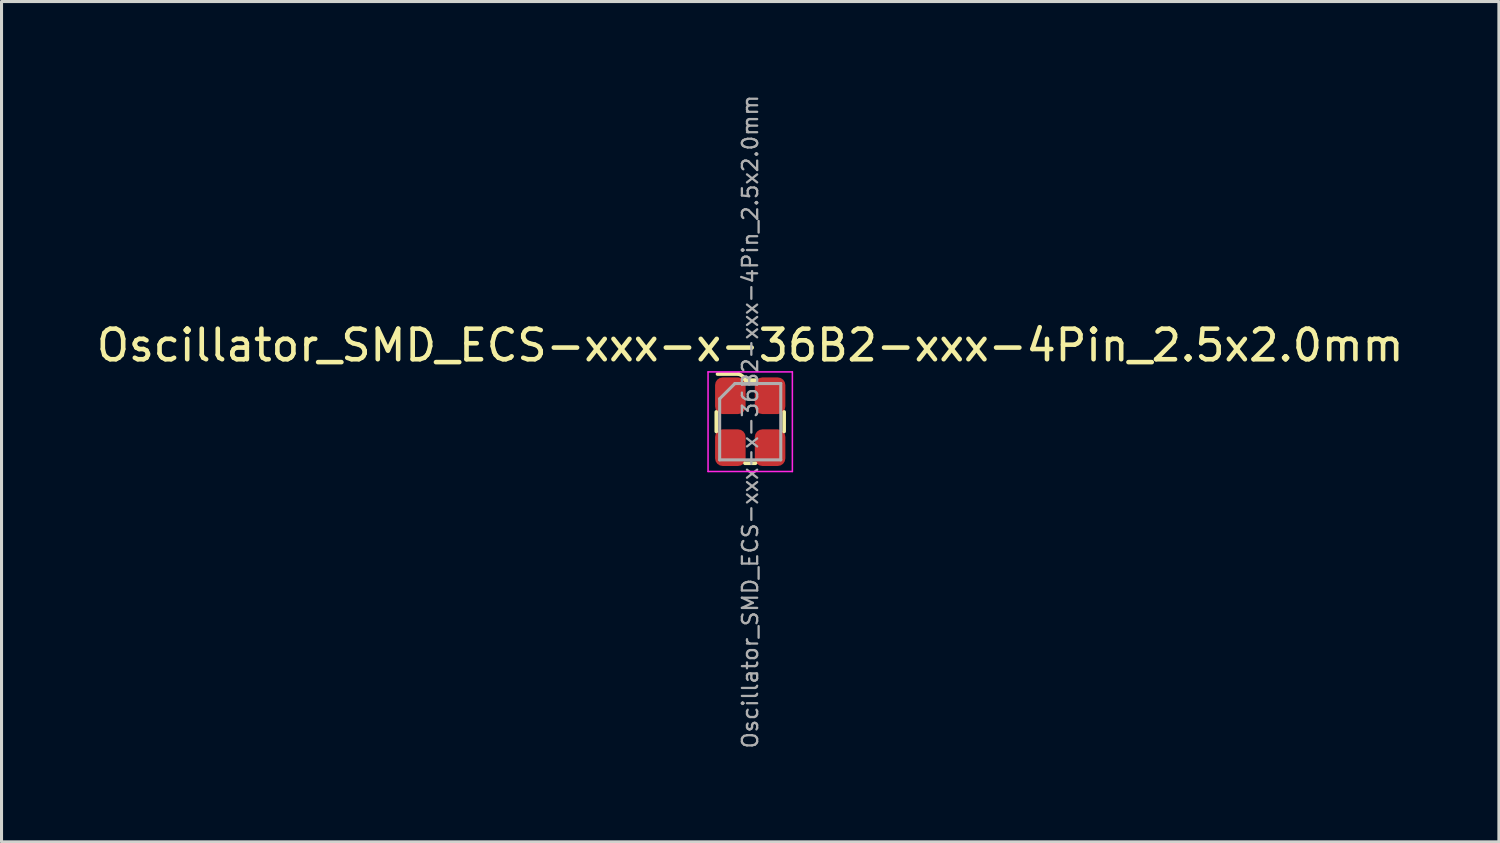
<source format=kicad_pcb>
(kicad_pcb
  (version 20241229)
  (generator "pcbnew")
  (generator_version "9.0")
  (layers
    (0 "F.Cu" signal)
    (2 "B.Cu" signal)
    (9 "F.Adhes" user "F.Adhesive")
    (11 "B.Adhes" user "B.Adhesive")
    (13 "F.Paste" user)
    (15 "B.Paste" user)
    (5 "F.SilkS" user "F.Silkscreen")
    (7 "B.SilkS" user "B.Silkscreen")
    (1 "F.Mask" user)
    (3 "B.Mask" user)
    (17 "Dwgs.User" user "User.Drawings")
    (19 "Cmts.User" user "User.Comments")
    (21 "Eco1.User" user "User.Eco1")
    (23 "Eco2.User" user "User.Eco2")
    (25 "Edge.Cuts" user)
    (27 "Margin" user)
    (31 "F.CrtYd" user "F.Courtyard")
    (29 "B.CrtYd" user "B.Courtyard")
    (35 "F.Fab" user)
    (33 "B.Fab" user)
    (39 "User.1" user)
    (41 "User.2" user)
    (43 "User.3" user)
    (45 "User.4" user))
  (footprint "Oscillator_SMD_ECS-xxx-x-36B2-xxx-4Pin_2.5x2.0mm"
    (layer "F.Cu")
    (at 21.506 10.753)
    (property "Reference" "Oscillator_SMD_ECS-xxx-x-36B2-xxx-4Pin_2.5x2.0mm" (at 0 -2.5 0) (layer "F.SilkS") (effects (font (size 1 1) (thickness 0.15))))
    (attr smd)
    (fp_line (start -1.11 0.32) (end -1.11 -0.32) (stroke (width 0.12) (type solid)) (layer "F.SilkS"))
    (fp_line (start -0.38 -1.56) (end -1.07 -1.56) (stroke (width 0.12) (type solid)) (layer "F.SilkS"))
    (fp_line (start -0.17 1.36) (end 0.17 1.36) (stroke (width 0.12) (type solid)) (layer "F.SilkS"))
    (fp_line (start -0.16 -1.36) (end 0.17 -1.36) (stroke (width 0.12) (type solid)) (layer "F.SilkS"))
    (fp_line (start 1.11 0.32) (end 1.11 -0.32) (stroke (width 0.12) (type solid)) (layer "F.SilkS"))
    (fp_arc (start -0.38 -1.56) (mid -0.246393 -1.485967) (end -0.16 -1.36) (stroke (width 0.12) (type solid)) (layer "F.SilkS"))
    (fp_line (start -1.38 -1.63) (end -1.38 1.63) (stroke (width 0.05) (type solid)) (layer "F.CrtYd"))
    (fp_line (start -1.38 -1.63) (end 1.38 -1.63) (stroke (width 0.05) (type solid)) (layer "F.CrtYd"))
    (fp_line (start -1.38 1.63) (end 1.38 1.63) (stroke (width 0.05) (type solid)) (layer "F.CrtYd"))
    (fp_line (start 1.38 -1.63) (end 1.38 1.63) (stroke (width 0.05) (type solid)) (layer "F.CrtYd"))
    (fp_line (start -1 -0.75) (end -1 1.25) (stroke (width 0.1) (type solid)) (layer "F.Fab"))
    (fp_line (start -1 -0.75) (end -0.5 -1.25) (stroke (width 0.1) (type solid)) (layer "F.Fab"))
    (fp_line (start -1 1.25) (end 1 1.25) (stroke (width 0.1) (type solid)) (layer "F.Fab"))
    (fp_line (start -0.5 -1.25) (end 1 -1.25) (stroke (width 0.1) (type solid)) (layer "F.Fab"))
    (fp_line (start 1 -1.25) (end 1 1.25) (stroke (width 0.1) (type solid)) (layer "F.Fab"))
    (fp_text user "${REFERENCE}" (at 0 0 90) (layer "F.Fab") (effects (font (size 0.5 0.5) (thickness 0.075))))
    (pad "1" smd roundrect (at -0.65 -0.85) (size 1 1.2) (layers "F.Cu" "F.Mask" "F.Paste") (roundrect_rratio 0.25))
    (pad "2" smd roundrect (at -0.65 0.85) (size 1 1.2) (layers "F.Cu" "F.Mask" "F.Paste") (roundrect_rratio 0.25))
    (pad "3" smd roundrect (at 0.65 0.85) (size 1 1.2) (layers "F.Cu" "F.Mask" "F.Paste") (roundrect_rratio 0.25))
    (pad "4" smd roundrect (at 0.65 -0.85) (size 1 1.2) (layers "F.Cu" "F.Mask" "F.Paste") (roundrect_rratio 0.25)))
  (gr_rect
    (start -3 -3)
    (end 46.012 24.506)
    (stroke (width 0.1) (type default))
    (fill no)
    (layer "Edge.Cuts")))
</source>
